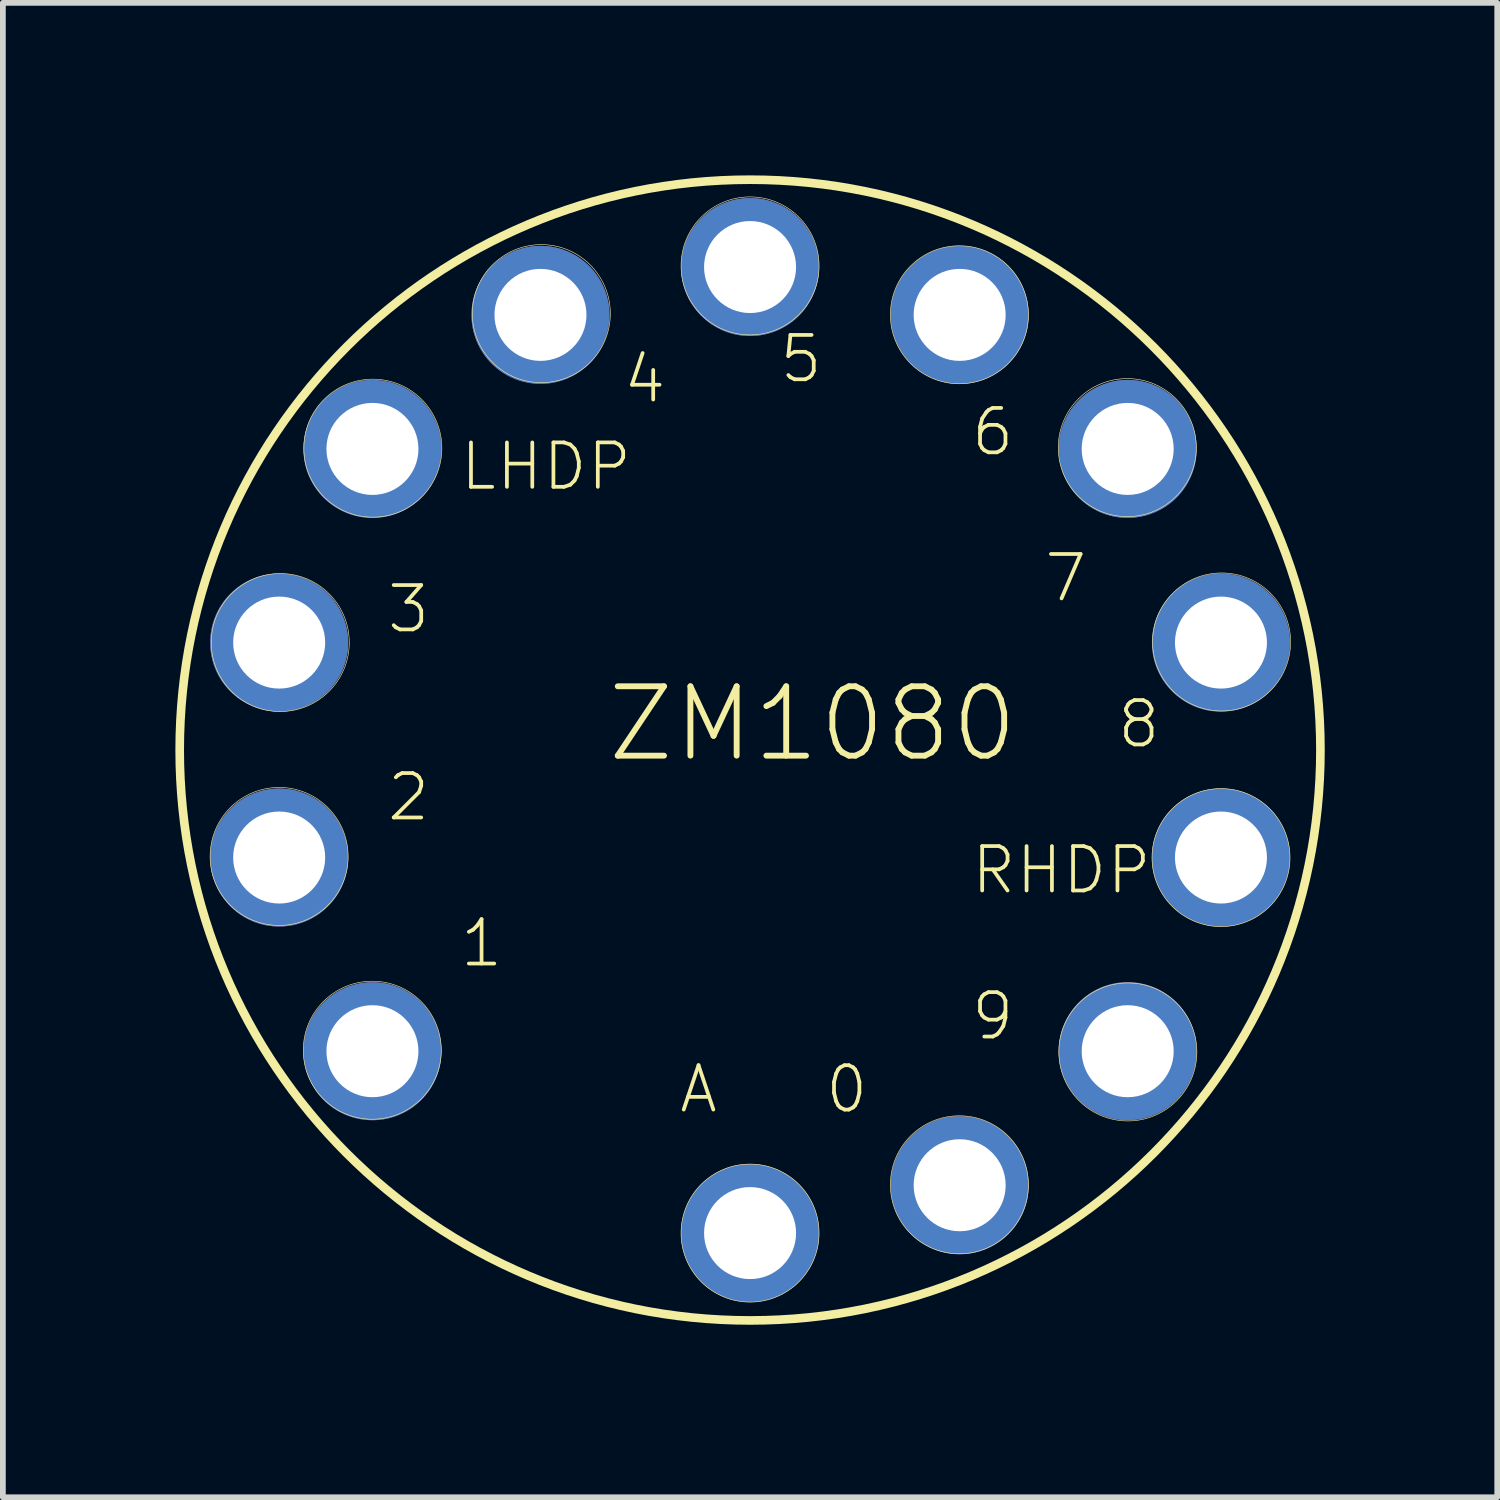
<source format=kicad_pcb>
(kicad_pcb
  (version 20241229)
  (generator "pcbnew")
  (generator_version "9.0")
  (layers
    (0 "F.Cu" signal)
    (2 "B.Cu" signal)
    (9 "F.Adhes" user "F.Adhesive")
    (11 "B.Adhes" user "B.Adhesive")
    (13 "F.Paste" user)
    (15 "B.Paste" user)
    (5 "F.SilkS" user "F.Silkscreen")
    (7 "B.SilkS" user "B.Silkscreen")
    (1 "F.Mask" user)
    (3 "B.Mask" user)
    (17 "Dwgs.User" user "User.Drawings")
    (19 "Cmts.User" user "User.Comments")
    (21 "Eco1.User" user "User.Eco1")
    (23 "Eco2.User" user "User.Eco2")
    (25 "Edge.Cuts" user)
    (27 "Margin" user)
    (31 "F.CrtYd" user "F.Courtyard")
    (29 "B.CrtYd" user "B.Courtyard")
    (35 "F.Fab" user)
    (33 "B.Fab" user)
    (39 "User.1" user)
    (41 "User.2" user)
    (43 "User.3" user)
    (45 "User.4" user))
  (footprint "ZM1080"
    (layer "F.Cu")
    (at 9.994 9.994)
    (property "Reference" "ZM1080" (at -2.54 0.25 180) (layer "F.SilkS") (effects (font (size 1.206 1.206) (thickness 0.102)) (justify left bottom)))
    (attr through_hole)
    (fp_circle (center -8.19 1.85) (end -9.39 1.85) (stroke (width 0.01) (type solid)) (fill no) (layer "F.SilkS"))
    (fp_circle (center -8.17 -1.87) (end -9.37 -1.87) (stroke (width 0.01) (type solid)) (fill no) (layer "F.SilkS"))
    (fp_circle (center -6.57 5.22) (end -7.77 5.22) (stroke (width 0.01) (type solid)) (fill no) (layer "F.SilkS"))
    (fp_circle (center -6.56 -5.25) (end -7.76 -5.25) (stroke (width 0.01) (type solid)) (fill no) (layer "F.SilkS"))
    (fp_circle (center -3.63 -7.59) (end -4.83 -7.59) (stroke (width 0.01) (type solid)) (fill no) (layer "F.SilkS"))
    (fp_circle (center 0 -8.42) (end -1.2 -8.42) (stroke (width 0.01) (type solid)) (fill no) (layer "F.SilkS"))
    (fp_circle (center 0 0) (end 6.35 7.62) (stroke (width 0.15) (type solid)) (fill no) (layer "F.SilkS"))
    (fp_circle (center 0 8.4) (end -1.2 8.4) (stroke (width 0.01) (type solid)) (fill no) (layer "F.SilkS"))
    (fp_circle (center 3.64 -7.57) (end 2.44 -7.57) (stroke (width 0.01) (type solid)) (fill no) (layer "F.SilkS"))
    (fp_circle (center 3.64 7.56) (end 2.44 7.56) (stroke (width 0.01) (type solid)) (fill no) (layer "F.SilkS"))
    (fp_circle (center 6.56 -5.26) (end 5.36 -5.26) (stroke (width 0.01) (type solid)) (fill no) (layer "F.SilkS"))
    (fp_circle (center 6.57 5.25) (end 5.37 5.25) (stroke (width 0.01) (type solid)) (fill no) (layer "F.SilkS"))
    (fp_circle (center 8.19 1.87) (end 6.99 1.87) (stroke (width 0.01) (type solid)) (fill no) (layer "F.SilkS"))
    (fp_circle (center 8.2 -1.88) (end 7 -1.88) (stroke (width 0.01) (type solid)) (fill no) (layer "F.SilkS"))
    (fp_text user "0" (at 1.27 6.35 180) (layer "F.SilkS") (effects (font (size 0.772 0.772) (thickness 0.065)) (justify left bottom)))
    (fp_text user "RHDP" (at 3.81 2.54 180) (layer "F.SilkS") (effects (font (size 0.772 0.772) (thickness 0.065)) (justify left bottom)))
    (fp_text user "LHDP" (at -5.08 -4.48 180) (layer "F.SilkS") (effects (font (size 0.772 0.772) (thickness 0.065)) (justify left bottom)))
    (fp_text user "2" (at -6.35 1.27 180) (layer "F.SilkS") (effects (font (size 0.772 0.772) (thickness 0.065)) (justify left bottom)))
    (fp_text user "4" (at -2.242 -5.998 180) (layer "F.SilkS") (effects (font (size 0.772 0.772) (thickness 0.065)) (justify left bottom)))
    (fp_text user "9" (at 3.81 5.08 180) (layer "F.SilkS") (effects (font (size 0.772 0.772) (thickness 0.065)) (justify left bottom)))
    (fp_text user "7" (at 5.08 -2.54 180) (layer "F.SilkS") (effects (font (size 0.772 0.772) (thickness 0.065)) (justify left bottom)))
    (fp_text user "8" (at 6.35 0 180) (layer "F.SilkS") (effects (font (size 0.772 0.772) (thickness 0.065)) (justify left bottom)))
    (fp_text user "5" (at 0.476 -6.35 180) (layer "F.SilkS") (effects (font (size 0.772 0.772) (thickness 0.065)) (justify left bottom)))
    (fp_text user "A" (at -1.27 6.35 180) (layer "F.SilkS") (effects (font (size 0.772 0.772) (thickness 0.065)) (justify left bottom)))
    (fp_text user "3" (at -6.35 -2 180) (layer "F.SilkS") (effects (font (size 0.772 0.772) (thickness 0.065)) (justify left bottom)))
    (fp_text user "1" (at -5.08 3.81 180) (layer "F.SilkS") (effects (font (size 0.772 0.772) (thickness 0.065)) (justify left bottom)))
    (fp_text user "6" (at 3.81 -5.08 180) (layer "F.SilkS") (effects (font (size 0.772 0.772) (thickness 0.065)) (justify left bottom)))
    (pad "1" thru_hole circle (at -6.567 5.237 180) (size 2.4 2.4) (drill 1.6) (layers "*.Cu" "*.Mask"))
    (pad "2" thru_hole circle (at -8.189 1.869 180) (size 2.4 2.4) (drill 1.6) (layers "*.Cu" "*.Mask"))
    (pad "3" thru_hole circle (at -8.189 -1.869 180) (size 2.4 2.4) (drill 1.6) (layers "*.Cu" "*.Mask"))
    (pad "4" thru_hole circle (at -6.567 -5.237 180) (size 2.4 2.4) (drill 1.6) (layers "*.Cu" "*.Mask"))
    (pad "5" thru_hole circle (at -3.645 -7.568 180) (size 2.4 2.4) (drill 1.6) (layers "*.Cu" "*.Mask"))
    (pad "6" thru_hole circle (at 0 -8.4 180) (size 2.4 2.4) (drill 1.6) (layers "*.Cu" "*.Mask"))
    (pad "7" thru_hole circle (at 3.645 -7.568 180) (size 2.4 2.4) (drill 1.6) (layers "*.Cu" "*.Mask"))
    (pad "8" thru_hole circle (at 6.567 -5.237 180) (size 2.4 2.4) (drill 1.6) (layers "*.Cu" "*.Mask"))
    (pad "9" thru_hole circle (at 8.189 -1.869 180) (size 2.4 2.4) (drill 1.6) (layers "*.Cu" "*.Mask"))
    (pad "10" thru_hole circle (at 8.189 1.869 180) (size 2.4 2.4) (drill 1.6) (layers "*.Cu" "*.Mask"))
    (pad "11" thru_hole circle (at 6.567 5.237 180) (size 2.4 2.4) (drill 1.6) (layers "*.Cu" "*.Mask"))
    (pad "12" thru_hole circle (at 3.645 7.568 180) (size 2.4 2.4) (drill 1.6) (layers "*.Cu" "*.Mask"))
    (pad "13" thru_hole circle (at 0 8.4 180) (size 2.4 2.4) (drill 1.6) (layers "*.Cu" "*.Mask")))
  (gr_rect
    (start -3 -3)
    (end 22.988 22.988)
    (stroke (width 0.1) (type default))
    (fill no)
    (layer "Edge.Cuts")))
</source>
